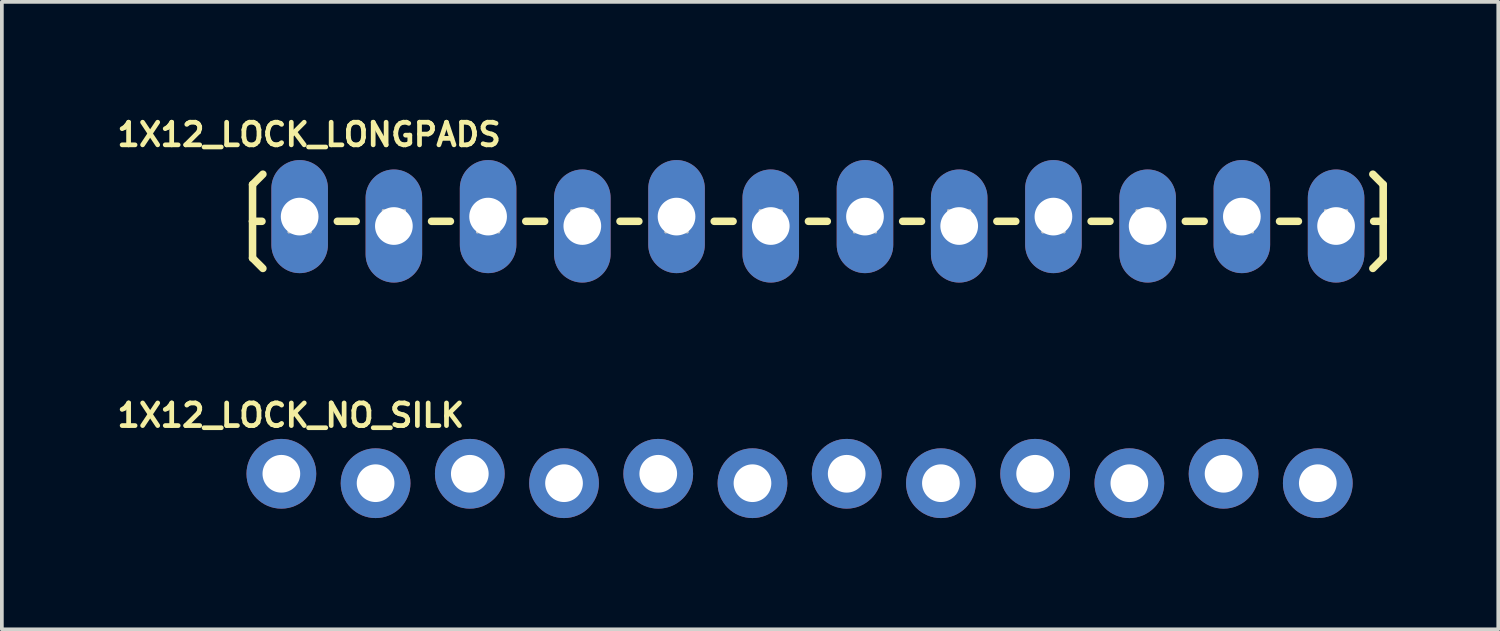
<source format=kicad_pcb>
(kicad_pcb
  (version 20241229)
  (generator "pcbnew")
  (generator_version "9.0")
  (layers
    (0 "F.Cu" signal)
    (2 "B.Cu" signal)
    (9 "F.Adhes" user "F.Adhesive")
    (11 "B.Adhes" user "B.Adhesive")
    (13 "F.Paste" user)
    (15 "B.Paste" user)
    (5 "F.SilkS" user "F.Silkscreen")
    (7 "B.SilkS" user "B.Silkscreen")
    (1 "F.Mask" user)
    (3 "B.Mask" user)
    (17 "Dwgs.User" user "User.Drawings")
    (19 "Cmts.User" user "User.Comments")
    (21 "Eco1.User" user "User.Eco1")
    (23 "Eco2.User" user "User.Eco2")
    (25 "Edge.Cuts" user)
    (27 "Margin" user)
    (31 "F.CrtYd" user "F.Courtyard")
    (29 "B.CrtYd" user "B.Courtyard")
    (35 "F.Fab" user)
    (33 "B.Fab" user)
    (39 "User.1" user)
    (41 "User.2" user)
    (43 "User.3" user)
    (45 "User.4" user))
  (footprint "1X12_LOCK_NO_SILK"
    (layer "F.Cu")
    (at 4.535 9.849)
    (property "Reference" "1X12_LOCK_NO_SILK" (at 0.254 -1.702 0) (layer "F.SilkS") (effects (font (size 0.61 0.61) (thickness 0.127))))
    (attr exclude_from_pos_files exclude_from_bom)
    (fp_line (start -0.254 -0.254) (end 0.254 -0.254) (stroke (width 0.066) (type solid)) (layer "Dwgs.User"))
    (fp_line (start -0.254 0.254) (end -0.254 -0.254) (stroke (width 0.066) (type solid)) (layer "Dwgs.User"))
    (fp_line (start -0.254 0.254) (end 0.254 0.254) (stroke (width 0.066) (type solid)) (layer "Dwgs.User"))
    (fp_line (start 0.254 0.254) (end 0.254 -0.254) (stroke (width 0.066) (type solid)) (layer "Dwgs.User"))
    (fp_line (start 2.286 -0.254) (end 2.794 -0.254) (stroke (width 0.066) (type solid)) (layer "Dwgs.User"))
    (fp_line (start 2.286 0.254) (end 2.286 -0.254) (stroke (width 0.066) (type solid)) (layer "Dwgs.User"))
    (fp_line (start 2.286 0.254) (end 2.794 0.254) (stroke (width 0.066) (type solid)) (layer "Dwgs.User"))
    (fp_line (start 2.794 0.254) (end 2.794 -0.254) (stroke (width 0.066) (type solid)) (layer "Dwgs.User"))
    (fp_line (start 4.826 -0.254) (end 5.334 -0.254) (stroke (width 0.066) (type solid)) (layer "Dwgs.User"))
    (fp_line (start 4.826 0.254) (end 4.826 -0.254) (stroke (width 0.066) (type solid)) (layer "Dwgs.User"))
    (fp_line (start 4.826 0.254) (end 5.334 0.254) (stroke (width 0.066) (type solid)) (layer "Dwgs.User"))
    (fp_line (start 5.334 0.254) (end 5.334 -0.254) (stroke (width 0.066) (type solid)) (layer "Dwgs.User"))
    (fp_line (start 7.366 -0.254) (end 7.874 -0.254) (stroke (width 0.066) (type solid)) (layer "Dwgs.User"))
    (fp_line (start 7.366 0.254) (end 7.366 -0.254) (stroke (width 0.066) (type solid)) (layer "Dwgs.User"))
    (fp_line (start 7.366 0.254) (end 7.874 0.254) (stroke (width 0.066) (type solid)) (layer "Dwgs.User"))
    (fp_line (start 7.874 0.254) (end 7.874 -0.254) (stroke (width 0.066) (type solid)) (layer "Dwgs.User"))
    (fp_line (start 9.906 -0.254) (end 10.414 -0.254) (stroke (width 0.066) (type solid)) (layer "Dwgs.User"))
    (fp_line (start 9.906 0.254) (end 9.906 -0.254) (stroke (width 0.066) (type solid)) (layer "Dwgs.User"))
    (fp_line (start 9.906 0.254) (end 10.414 0.254) (stroke (width 0.066) (type solid)) (layer "Dwgs.User"))
    (fp_line (start 10.414 0.254) (end 10.414 -0.254) (stroke (width 0.066) (type solid)) (layer "Dwgs.User"))
    (fp_line (start 12.446 -0.254) (end 12.954 -0.254) (stroke (width 0.066) (type solid)) (layer "Dwgs.User"))
    (fp_line (start 12.446 0.254) (end 12.446 -0.254) (stroke (width 0.066) (type solid)) (layer "Dwgs.User"))
    (fp_line (start 12.446 0.254) (end 12.954 0.254) (stroke (width 0.066) (type solid)) (layer "Dwgs.User"))
    (fp_line (start 12.954 0.254) (end 12.954 -0.254) (stroke (width 0.066) (type solid)) (layer "Dwgs.User"))
    (fp_line (start 14.986 -0.254) (end 15.494 -0.254) (stroke (width 0.066) (type solid)) (layer "Dwgs.User"))
    (fp_line (start 14.986 0.254) (end 14.986 -0.254) (stroke (width 0.066) (type solid)) (layer "Dwgs.User"))
    (fp_line (start 14.986 0.254) (end 15.494 0.254) (stroke (width 0.066) (type solid)) (layer "Dwgs.User"))
    (fp_line (start 15.494 0.254) (end 15.494 -0.254) (stroke (width 0.066) (type solid)) (layer "Dwgs.User"))
    (fp_line (start 17.523 -0.254) (end 18.034 -0.254) (stroke (width 0.066) (type solid)) (layer "Dwgs.User"))
    (fp_line (start 17.523 0.254) (end 17.523 -0.254) (stroke (width 0.066) (type solid)) (layer "Dwgs.User"))
    (fp_line (start 17.523 0.254) (end 18.034 0.254) (stroke (width 0.066) (type solid)) (layer "Dwgs.User"))
    (fp_line (start 18.034 0.254) (end 18.034 -0.254) (stroke (width 0.066) (type solid)) (layer "Dwgs.User"))
    (fp_line (start 20.066 -0.254) (end 20.574 -0.254) (stroke (width 0.066) (type solid)) (layer "Dwgs.User"))
    (fp_line (start 20.066 0.254) (end 20.066 -0.254) (stroke (width 0.066) (type solid)) (layer "Dwgs.User"))
    (fp_line (start 20.066 0.254) (end 20.574 0.254) (stroke (width 0.066) (type solid)) (layer "Dwgs.User"))
    (fp_line (start 20.574 0.254) (end 20.574 -0.254) (stroke (width 0.066) (type solid)) (layer "Dwgs.User"))
    (fp_line (start 22.606 -0.254) (end 23.114 -0.254) (stroke (width 0.066) (type solid)) (layer "Dwgs.User"))
    (fp_line (start 22.606 0.254) (end 22.606 -0.254) (stroke (width 0.066) (type solid)) (layer "Dwgs.User"))
    (fp_line (start 22.606 0.254) (end 23.114 0.254) (stroke (width 0.066) (type solid)) (layer "Dwgs.User"))
    (fp_line (start 23.114 0.254) (end 23.114 -0.254) (stroke (width 0.066) (type solid)) (layer "Dwgs.User"))
    (fp_line (start 25.146 -0.254) (end 25.654 -0.254) (stroke (width 0.066) (type solid)) (layer "Dwgs.User"))
    (fp_line (start 25.146 0.254) (end 25.146 -0.254) (stroke (width 0.066) (type solid)) (layer "Dwgs.User"))
    (fp_line (start 25.146 0.254) (end 25.654 0.254) (stroke (width 0.066) (type solid)) (layer "Dwgs.User"))
    (fp_line (start 25.654 0.254) (end 25.654 -0.254) (stroke (width 0.066) (type solid)) (layer "Dwgs.User"))
    (fp_line (start 27.686 -0.254) (end 28.194 -0.254) (stroke (width 0.066) (type solid)) (layer "Dwgs.User"))
    (fp_line (start 27.686 0.254) (end 27.686 -0.254) (stroke (width 0.066) (type solid)) (layer "Dwgs.User"))
    (fp_line (start 27.686 0.254) (end 28.194 0.254) (stroke (width 0.066) (type solid)) (layer "Dwgs.User"))
    (fp_line (start 28.194 0.254) (end 28.194 -0.254) (stroke (width 0.066) (type solid)) (layer "Dwgs.User"))
    (pad "1" thru_hole circle (at 0 -0.127) (size 1.88 1.88) (drill 1.016) (layers "*.Cu" "*.Paste" "*.Mask"))
    (pad "2" thru_hole circle (at 2.54 0.127) (size 1.88 1.88) (drill 1.016) (layers "*.Cu" "*.Paste" "*.Mask"))
    (pad "3" thru_hole circle (at 5.08 -0.127) (size 1.88 1.88) (drill 1.016) (layers "*.Cu" "*.Paste" "*.Mask"))
    (pad "4" thru_hole circle (at 7.62 0.127) (size 1.88 1.88) (drill 1.016) (layers "*.Cu" "*.Paste" "*.Mask"))
    (pad "5" thru_hole circle (at 10.16 -0.127) (size 1.88 1.88) (drill 1.016) (layers "*.Cu" "*.Paste" "*.Mask"))
    (pad "6" thru_hole circle (at 12.7 0.127) (size 1.88 1.88) (drill 1.016) (layers "*.Cu" "*.Paste" "*.Mask"))
    (pad "7" thru_hole circle (at 15.24 -0.127) (size 1.88 1.88) (drill 1.016) (layers "*.Cu" "*.Paste" "*.Mask"))
    (pad "8" thru_hole circle (at 17.78 0.127) (size 1.88 1.88) (drill 1.016) (layers "*.Cu" "*.Paste" "*.Mask"))
    (pad "9" thru_hole circle (at 20.32 -0.127) (size 1.88 1.88) (drill 1.016) (layers "*.Cu" "*.Paste" "*.Mask"))
    (pad "10" thru_hole circle (at 22.86 0.127) (size 1.88 1.88) (drill 1.016) (layers "*.Cu" "*.Paste" "*.Mask"))
    (pad "11" thru_hole circle (at 25.4 -0.127) (size 1.88 1.88) (drill 1.016) (layers "*.Cu" "*.Paste" "*.Mask"))
    (pad "12" thru_hole circle (at 27.94 0.127) (size 1.88 1.88) (drill 1.016) (layers "*.Cu" "*.Paste" "*.Mask")))
  (footprint "1X12_LOCK_LONGPADS"
    (layer "F.Cu")
    (at 5.028 2.916)
    (property "Reference" "1X12_LOCK_LONGPADS" (at 0.254 -2.337 0) (layer "F.SilkS") (effects (font (size 0.61 0.61) (thickness 0.127))))
    (attr exclude_from_pos_files exclude_from_bom)
    (fp_line (start -1.27 -0.991) (end -0.991 -1.27) (stroke (width 0.203) (type solid)) (layer "F.SilkS"))
    (fp_line (start -1.27 0) (end -1.27 -0.991) (stroke (width 0.203) (type solid)) (layer "F.SilkS"))
    (fp_line (start -1.27 0) (end -1.27 0.991) (stroke (width 0.203) (type solid)) (layer "F.SilkS"))
    (fp_line (start -1.27 0) (end -1.016 0) (stroke (width 0.203) (type solid)) (layer "F.SilkS"))
    (fp_line (start -1.27 0.991) (end -0.991 1.27) (stroke (width 0.203) (type solid)) (layer "F.SilkS"))
    (fp_line (start 1.524 0) (end 1.016 0) (stroke (width 0.203) (type solid)) (layer "F.SilkS"))
    (fp_line (start 4.064 0) (end 3.556 0) (stroke (width 0.203) (type solid)) (layer "F.SilkS"))
    (fp_line (start 6.604 0) (end 6.096 0) (stroke (width 0.203) (type solid)) (layer "F.SilkS"))
    (fp_line (start 9.144 0) (end 8.636 0) (stroke (width 0.203) (type solid)) (layer "F.SilkS"))
    (fp_line (start 11.684 0) (end 11.176 0) (stroke (width 0.203) (type solid)) (layer "F.SilkS"))
    (fp_line (start 14.224 0) (end 13.716 0) (stroke (width 0.203) (type solid)) (layer "F.SilkS"))
    (fp_line (start 16.764 0) (end 16.256 0) (stroke (width 0.203) (type solid)) (layer "F.SilkS"))
    (fp_line (start 19.304 0) (end 18.796 0) (stroke (width 0.203) (type solid)) (layer "F.SilkS"))
    (fp_line (start 21.844 0) (end 21.336 0) (stroke (width 0.203) (type solid)) (layer "F.SilkS"))
    (fp_line (start 24.384 0) (end 23.876 0) (stroke (width 0.203) (type solid)) (layer "F.SilkS"))
    (fp_line (start 26.924 0) (end 26.416 0) (stroke (width 0.203) (type solid)) (layer "F.SilkS"))
    (fp_line (start 29.21 -0.991) (end 28.931 -1.27) (stroke (width 0.203) (type solid)) (layer "F.SilkS"))
    (fp_line (start 29.21 0) (end 28.953 0) (stroke (width 0.203) (type solid)) (layer "F.SilkS"))
    (fp_line (start 29.21 0) (end 29.21 -0.991) (stroke (width 0.203) (type solid)) (layer "F.SilkS"))
    (fp_line (start 29.21 0) (end 29.21 0.991) (stroke (width 0.203) (type solid)) (layer "F.SilkS"))
    (fp_line (start 29.21 0.991) (end 28.931 1.27) (stroke (width 0.203) (type solid)) (layer "F.SilkS"))
    (fp_line (start -0.292 -0.292) (end 0.292 -0.292) (stroke (width 0.066) (type solid)) (layer "Dwgs.User"))
    (fp_line (start -0.292 0.292) (end -0.292 -0.292) (stroke (width 0.066) (type solid)) (layer "Dwgs.User"))
    (fp_line (start -0.292 0.292) (end 0.292 0.292) (stroke (width 0.066) (type solid)) (layer "Dwgs.User"))
    (fp_line (start 0.292 0.292) (end 0.292 -0.292) (stroke (width 0.066) (type solid)) (layer "Dwgs.User"))
    (fp_line (start 2.248 -0.292) (end 2.832 -0.292) (stroke (width 0.066) (type solid)) (layer "Dwgs.User"))
    (fp_line (start 2.248 0.292) (end 2.248 -0.292) (stroke (width 0.066) (type solid)) (layer "Dwgs.User"))
    (fp_line (start 2.248 0.292) (end 2.832 0.292) (stroke (width 0.066) (type solid)) (layer "Dwgs.User"))
    (fp_line (start 2.832 0.292) (end 2.832 -0.292) (stroke (width 0.066) (type solid)) (layer "Dwgs.User"))
    (fp_line (start 4.788 -0.292) (end 5.372 -0.292) (stroke (width 0.066) (type solid)) (layer "Dwgs.User"))
    (fp_line (start 4.788 0.292) (end 4.788 -0.292) (stroke (width 0.066) (type solid)) (layer "Dwgs.User"))
    (fp_line (start 4.788 0.292) (end 5.372 0.292) (stroke (width 0.066) (type solid)) (layer "Dwgs.User"))
    (fp_line (start 5.372 0.292) (end 5.372 -0.292) (stroke (width 0.066) (type solid)) (layer "Dwgs.User"))
    (fp_line (start 7.328 -0.292) (end 7.912 -0.292) (stroke (width 0.066) (type solid)) (layer "Dwgs.User"))
    (fp_line (start 7.328 0.292) (end 7.328 -0.292) (stroke (width 0.066) (type solid)) (layer "Dwgs.User"))
    (fp_line (start 7.328 0.292) (end 7.912 0.292) (stroke (width 0.066) (type solid)) (layer "Dwgs.User"))
    (fp_line (start 7.912 0.292) (end 7.912 -0.292) (stroke (width 0.066) (type solid)) (layer "Dwgs.User"))
    (fp_line (start 9.868 -0.292) (end 10.452 -0.292) (stroke (width 0.066) (type solid)) (layer "Dwgs.User"))
    (fp_line (start 9.868 0.292) (end 9.868 -0.292) (stroke (width 0.066) (type solid)) (layer "Dwgs.User"))
    (fp_line (start 9.868 0.292) (end 10.452 0.292) (stroke (width 0.066) (type solid)) (layer "Dwgs.User"))
    (fp_line (start 10.452 0.292) (end 10.452 -0.292) (stroke (width 0.066) (type solid)) (layer "Dwgs.User"))
    (fp_line (start 12.408 -0.292) (end 12.992 -0.292) (stroke (width 0.066) (type solid)) (layer "Dwgs.User"))
    (fp_line (start 12.408 0.292) (end 12.408 -0.292) (stroke (width 0.066) (type solid)) (layer "Dwgs.User"))
    (fp_line (start 12.408 0.292) (end 12.992 0.292) (stroke (width 0.066) (type solid)) (layer "Dwgs.User"))
    (fp_line (start 12.992 0.292) (end 12.992 -0.292) (stroke (width 0.066) (type solid)) (layer "Dwgs.User"))
    (fp_line (start 14.948 -0.292) (end 15.532 -0.292) (stroke (width 0.066) (type solid)) (layer "Dwgs.User"))
    (fp_line (start 14.948 0.292) (end 14.948 -0.292) (stroke (width 0.066) (type solid)) (layer "Dwgs.User"))
    (fp_line (start 14.948 0.292) (end 15.532 0.292) (stroke (width 0.066) (type solid)) (layer "Dwgs.User"))
    (fp_line (start 15.532 0.292) (end 15.532 -0.292) (stroke (width 0.066) (type solid)) (layer "Dwgs.User"))
    (fp_line (start 17.488 -0.292) (end 18.072 -0.292) (stroke (width 0.066) (type solid)) (layer "Dwgs.User"))
    (fp_line (start 17.488 0.292) (end 17.488 -0.292) (stroke (width 0.066) (type solid)) (layer "Dwgs.User"))
    (fp_line (start 17.488 0.292) (end 18.072 0.292) (stroke (width 0.066) (type solid)) (layer "Dwgs.User"))
    (fp_line (start 18.072 0.292) (end 18.072 -0.292) (stroke (width 0.066) (type solid)) (layer "Dwgs.User"))
    (fp_line (start 20.028 -0.292) (end 20.612 -0.292) (stroke (width 0.066) (type solid)) (layer "Dwgs.User"))
    (fp_line (start 20.028 0.292) (end 20.028 -0.292) (stroke (width 0.066) (type solid)) (layer "Dwgs.User"))
    (fp_line (start 20.028 0.292) (end 20.612 0.292) (stroke (width 0.066) (type solid)) (layer "Dwgs.User"))
    (fp_line (start 20.612 0.292) (end 20.612 -0.292) (stroke (width 0.066) (type solid)) (layer "Dwgs.User"))
    (fp_line (start 22.568 -0.292) (end 23.152 -0.292) (stroke (width 0.066) (type solid)) (layer "Dwgs.User"))
    (fp_line (start 22.568 0.292) (end 22.568 -0.292) (stroke (width 0.066) (type solid)) (layer "Dwgs.User"))
    (fp_line (start 22.568 0.292) (end 23.152 0.292) (stroke (width 0.066) (type solid)) (layer "Dwgs.User"))
    (fp_line (start 23.152 0.292) (end 23.152 -0.292) (stroke (width 0.066) (type solid)) (layer "Dwgs.User"))
    (fp_line (start 25.108 -0.292) (end 25.692 -0.292) (stroke (width 0.066) (type solid)) (layer "Dwgs.User"))
    (fp_line (start 25.108 0.292) (end 25.108 -0.292) (stroke (width 0.066) (type solid)) (layer "Dwgs.User"))
    (fp_line (start 25.108 0.292) (end 25.692 0.292) (stroke (width 0.066) (type solid)) (layer "Dwgs.User"))
    (fp_line (start 25.692 0.292) (end 25.692 -0.292) (stroke (width 0.066) (type solid)) (layer "Dwgs.User"))
    (fp_line (start 27.648 -0.292) (end 28.232 -0.292) (stroke (width 0.066) (type solid)) (layer "Dwgs.User"))
    (fp_line (start 27.648 0.292) (end 27.648 -0.292) (stroke (width 0.066) (type solid)) (layer "Dwgs.User"))
    (fp_line (start 27.648 0.292) (end 28.232 0.292) (stroke (width 0.066) (type solid)) (layer "Dwgs.User"))
    (fp_line (start 28.232 0.292) (end 28.232 -0.292) (stroke (width 0.066) (type solid)) (layer "Dwgs.User"))
    (pad "1" thru_hole oval (at 0 -0.127 180) (size 1.524 3.048) (drill 1.016) (layers "*.Cu" "*.Paste" "*.Mask"))
    (pad "2" thru_hole oval (at 2.54 0.127 180) (size 1.524 3.048) (drill 1.016) (layers "*.Cu" "*.Paste" "*.Mask"))
    (pad "3" thru_hole oval (at 5.08 -0.127 180) (size 1.524 3.048) (drill 1.016) (layers "*.Cu" "*.Paste" "*.Mask"))
    (pad "4" thru_hole oval (at 7.62 0.127 180) (size 1.524 3.048) (drill 1.016) (layers "*.Cu" "*.Paste" "*.Mask"))
    (pad "5" thru_hole oval (at 10.16 -0.127 180) (size 1.524 3.048) (drill 1.016) (layers "*.Cu" "*.Paste" "*.Mask"))
    (pad "6" thru_hole oval (at 12.7 0.127 180) (size 1.524 3.048) (drill 1.016) (layers "*.Cu" "*.Paste" "*.Mask"))
    (pad "7" thru_hole oval (at 15.24 -0.127 180) (size 1.524 3.048) (drill 1.016) (layers "*.Cu" "*.Paste" "*.Mask"))
    (pad "8" thru_hole oval (at 17.78 0.127 180) (size 1.524 3.048) (drill 1.016) (layers "*.Cu" "*.Paste" "*.Mask"))
    (pad "9" thru_hole oval (at 20.32 -0.127 180) (size 1.524 3.048) (drill 1.016) (layers "*.Cu" "*.Paste" "*.Mask"))
    (pad "10" thru_hole oval (at 22.86 0.127 180) (size 1.524 3.048) (drill 1.016) (layers "*.Cu" "*.Paste" "*.Mask"))
    (pad "11" thru_hole oval (at 25.4 -0.127 180) (size 1.524 3.048) (drill 1.016) (layers "*.Cu" "*.Paste" "*.Mask"))
    (pad "12" thru_hole oval (at 27.94 0.127 180) (size 1.524 3.048) (drill 1.016) (layers "*.Cu" "*.Paste" "*.Mask")))
  (gr_rect
    (start -3 -3)
    (end 37.34 13.915)
    (stroke (width 0.1) (type default))
    (fill no)
    (layer "Edge.Cuts")))
</source>
